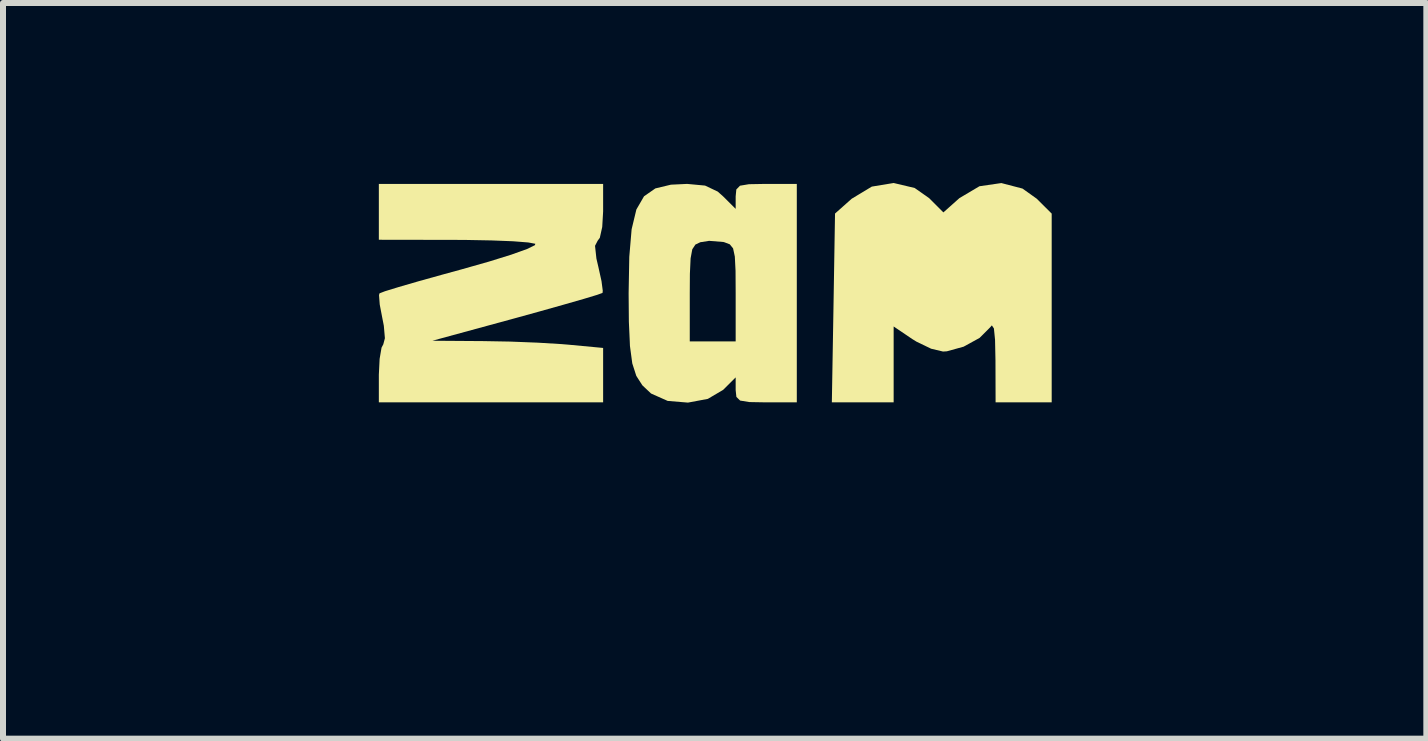
<source format=kicad_pcb>
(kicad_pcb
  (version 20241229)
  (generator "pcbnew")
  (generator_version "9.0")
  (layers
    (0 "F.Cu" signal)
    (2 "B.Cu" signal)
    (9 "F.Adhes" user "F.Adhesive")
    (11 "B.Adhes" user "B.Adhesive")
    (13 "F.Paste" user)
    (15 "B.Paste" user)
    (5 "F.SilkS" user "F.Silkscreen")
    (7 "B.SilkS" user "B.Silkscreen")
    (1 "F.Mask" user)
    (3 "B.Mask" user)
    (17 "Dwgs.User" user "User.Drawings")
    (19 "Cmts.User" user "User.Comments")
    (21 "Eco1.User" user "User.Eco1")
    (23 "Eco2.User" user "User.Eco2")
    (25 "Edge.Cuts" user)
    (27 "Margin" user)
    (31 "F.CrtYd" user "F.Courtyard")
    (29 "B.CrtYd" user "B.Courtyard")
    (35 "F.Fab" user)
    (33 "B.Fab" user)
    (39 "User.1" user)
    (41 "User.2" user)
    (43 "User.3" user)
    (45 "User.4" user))
  (footprint "ZAM_LOGO_440"
    (layer "F.Cu")
    (at 8.871 1.793)
    (property "Reference" "ZAM_LOGO_440" (at -0.01 3.05 0) (layer "User.1") (effects (font (size 1.524 1.524) (thickness 0.3))))
    (attr board_only exclude_from_pos_files exclude_from_bom)
    (fp_poly (pts (xy 3.323 -1.71) (xy 3.564 -1.541) (xy 3.802 -1.303) (xy 4.069 -1.541) (xy 4.403 -1.739) (xy 4.768 -1.792) (xy 5.121 -1.7) (xy 5.358 -1.531) (xy 5.607 -1.283) (xy 5.607 1.863) (xy 4.672 1.863) (xy 4.67 1.164) (xy 4.663 0.82) (xy 4.644 0.631) (xy 4.61 0.58) (xy 4.58 0.614) (xy 4.405 0.789) (xy 4.139 0.935) (xy 3.86 1.012) (xy 3.796 1.016) (xy 3.598 0.969) (xy 3.355 0.852) (xy 3.282 0.807) (xy 2.973 0.598) (xy 2.973 1.863) (xy 1.943 1.863) (xy 1.97 0.289) (xy 1.996 -1.284) (xy 2.274 -1.531) (xy 2.609 -1.733) (xy 2.973 -1.793)) (stroke (width 0) (type solid)) (fill yes) (layer "F.SilkS"))
    (fp_poly (pts (xy -1.869 -1.319) (xy -1.884 -1.06) (xy -1.924 -0.88) (xy -1.96 -0.831) (xy -2.004 -0.746) (xy -1.981 -0.534) (xy -1.949 -0.397) (xy -1.896 -0.158) (xy -1.875 0.003) (xy -1.879 0.039) (xy -1.968 0.071) (xy -2.193 0.139) (xy -2.528 0.235) (xy -2.944 0.352) (xy -3.313 0.454) (xy -4.715 0.836) (xy -3.865 0.842) (xy -3.419 0.85) (xy -2.959 0.868) (xy -2.563 0.892) (xy -2.442 0.902) (xy -1.869 0.956) (xy -1.869 1.863) (xy -5.607 1.863) (xy -5.607 1.402) (xy -5.594 1.138) (xy -5.562 0.951) (xy -5.533 0.896) (xy -5.506 0.794) (xy -5.524 0.586) (xy -5.547 0.468) (xy -5.592 0.233) (xy -5.604 0.076) (xy -5.596 0.046) (xy -5.505 0.011) (xy -5.277 -0.059) (xy -4.943 -0.156) (xy -4.53 -0.271) (xy -4.227 -0.354) (xy -3.769 -0.484) (xy -3.399 -0.599) (xy -3.137 -0.693) (xy -3.006 -0.757) (xy -2.999 -0.78) (xy -3.116 -0.802) (xy -3.371 -0.822) (xy -3.729 -0.836) (xy -4.159 -0.844) (xy -4.354 -0.845) (xy -5.607 -0.847) (xy -5.607 -1.778) (xy -1.869 -1.778)) (stroke (width 0) (type solid)) (fill yes) (layer "F.SilkS"))
    (fp_poly (pts (xy 1.359 1.863) (xy 0.849 1.863) (xy 0.567 1.858) (xy 0.414 1.833) (xy 0.352 1.772) (xy 0.34 1.659) (xy 0.34 1.655) (xy 0.34 1.447) (xy 0.131 1.655) (xy -0.124 1.805) (xy -0.455 1.867) (xy -0.793 1.839) (xy -1.067 1.717) (xy -1.073 1.713) (xy -1.215 1.579) (xy -1.316 1.422) (xy -1.383 1.214) (xy -1.422 0.923) (xy -1.425 0.847) (xy -0.425 0.847) (xy 0.34 0.847) (xy 0.34 0.044) (xy 0.338 -0.329) (xy 0.326 -0.567) (xy 0.297 -0.703) (xy 0.242 -0.771) (xy 0.153 -0.805) (xy 0.134 -0.81) (xy -0.102 -0.829) (xy -0.249 -0.806) (xy -0.331 -0.767) (xy -0.383 -0.688) (xy -0.411 -0.537) (xy -0.423 -0.28) (xy -0.425 0.048) (xy -0.425 0.847) (xy -1.425 0.847) (xy -1.44 0.519) (xy -1.444 0.044) (xy -1.433 -0.563) (xy -1.394 -1.022) (xy -1.315 -1.351) (xy -1.187 -1.572) (xy -0.998 -1.703) (xy -0.739 -1.765) (xy -0.469 -1.778) (xy -0.17 -1.75) (xy 0.041 -1.65) (xy 0.131 -1.57) (xy 0.34 -1.362) (xy 0.34 -1.57) (xy 0.351 -1.685) (xy 0.412 -1.748) (xy 0.561 -1.773) (xy 0.839 -1.778) (xy 0.849 -1.778) (xy 1.359 -1.778)) (stroke (width 0) (type solid)) (fill yes) (layer "F.SilkS")))
  (gr_rect
    (start -3 -3)
    (end 20.722 9.261)
    (stroke (width 0.1) (type default))
    (fill no)
    (layer "Edge.Cuts")))
</source>
